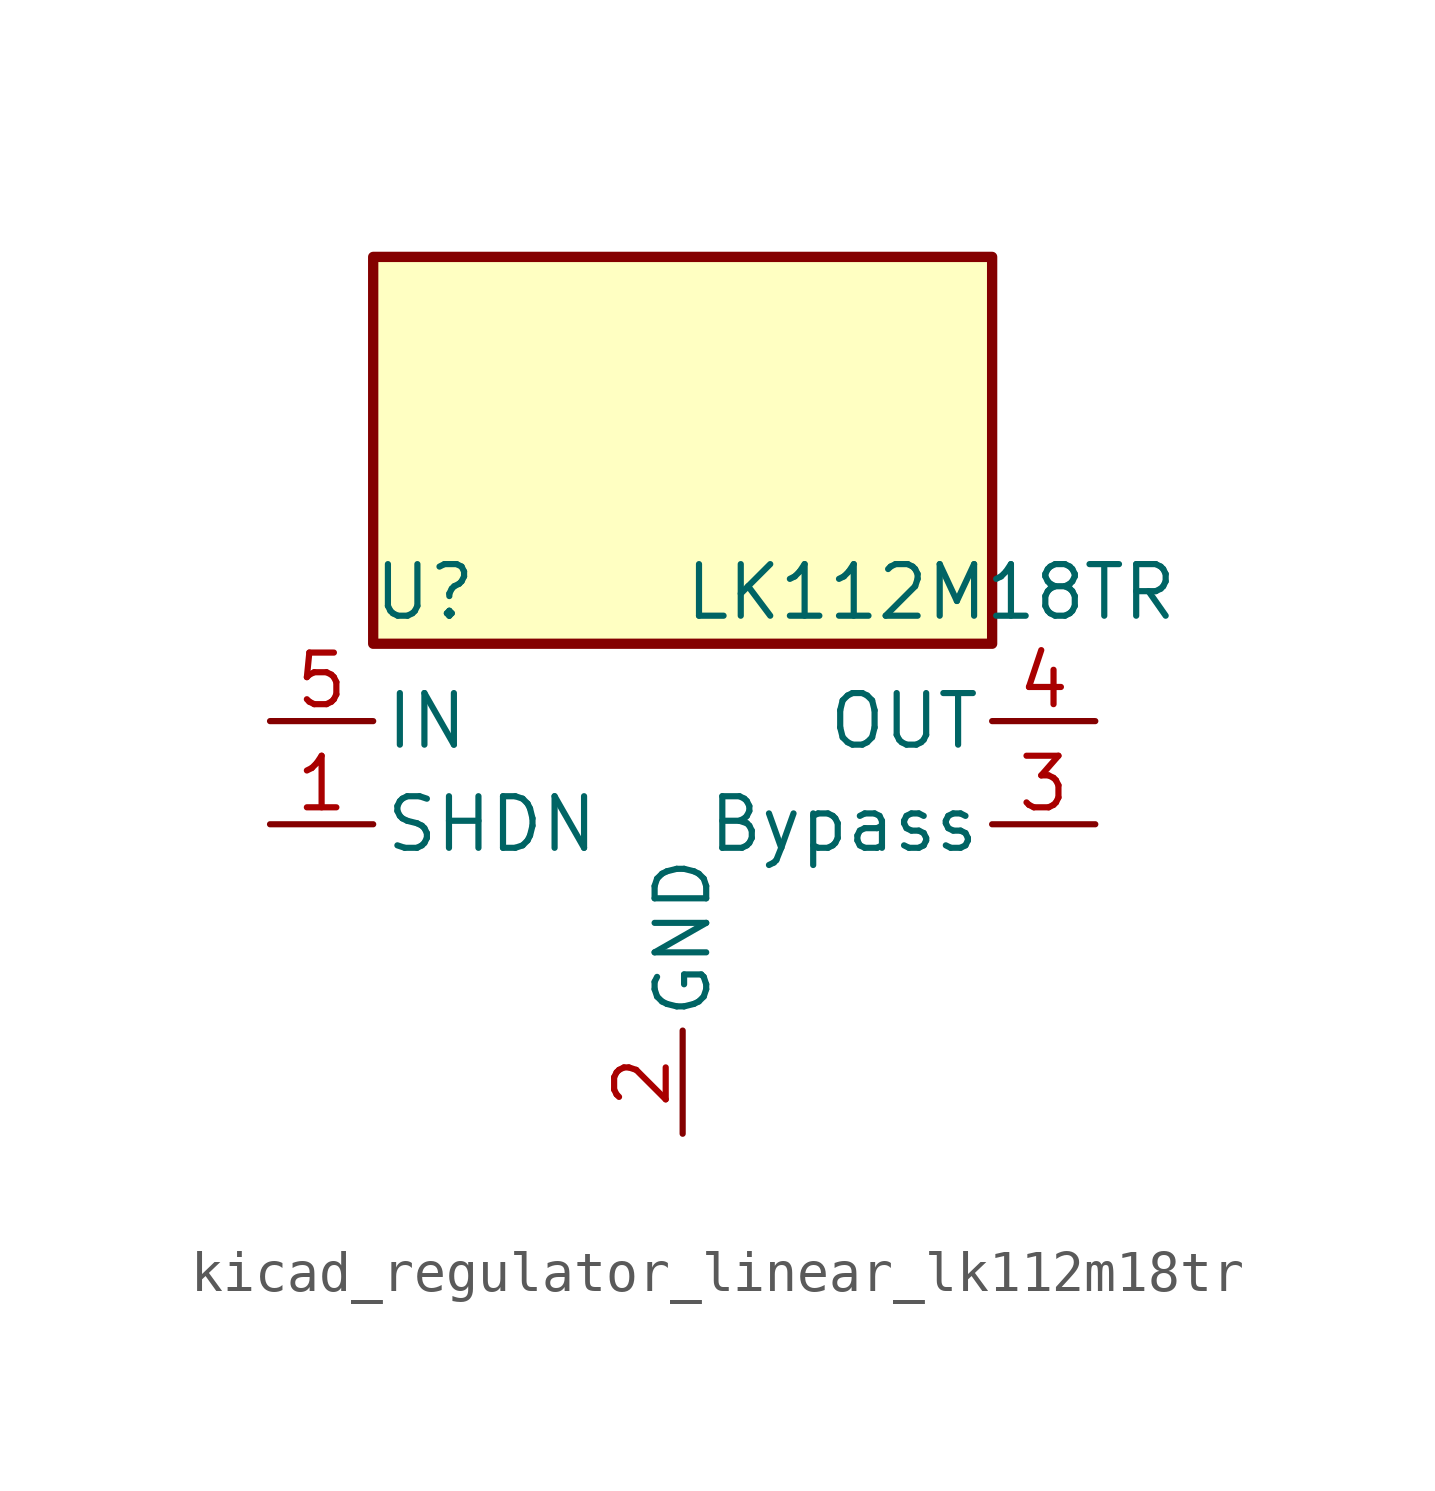
<source format=kicad_sym>
(kicad_symbol_lib
  (version 20220914)
  (generator kicad_symbol_editor)
  (symbol "kicad_regulator_linear_lk112m18tr"
    (pin_names
      (offset 0.254))
    (property "Reference" "U"
      (at -6.35 5.715 0)
      (effects (font (size 1.27 1.27))))
    (property "Value" "LK112M18TR"
      (at 0 5.715 0)
      (effects (font (size 1.27 1.27)) (justify left)))
    (symbol "kicad_regulator_linear_lk112m18tr_0_1"
      (rectangle (start 7.62 13.97) (end -7.62 4.445) (stroke (width 0.254) (type default)) (fill (type background))))
    (symbol "kicad_regulator_linear_lk112m18tr_1_1"
      (pin input line (at -10.16 0 0) (length 2.54) (name "SHDN" (effects (font (size 1.27 1.27)))) (number "1" (effects (font (size 1.27 1.27)))))
      (pin power_in line (at 0 -7.62 90) (length 2.54) (name "GND" (effects (font (size 1.27 1.27)))) (number "2" (effects (font (size 1.27 1.27)))))
      (pin passive line (at 10.16 0 180) (length 2.54) (name "Bypass" (effects (font (size 1.27 1.27)))) (number "3" (effects (font (size 1.27 1.27)))))
      (pin power_out line (at 10.16 2.54 180) (length 2.54) (name "OUT" (effects (font (size 1.27 1.27)))) (number "4" (effects (font (size 1.27 1.27)))))
      (pin power_in line (at -10.16 2.54 0) (length 2.54) (name "IN" (effects (font (size 1.27 1.27)))) (number "5" (effects (font (size 1.27 1.27))))))))
</source>
